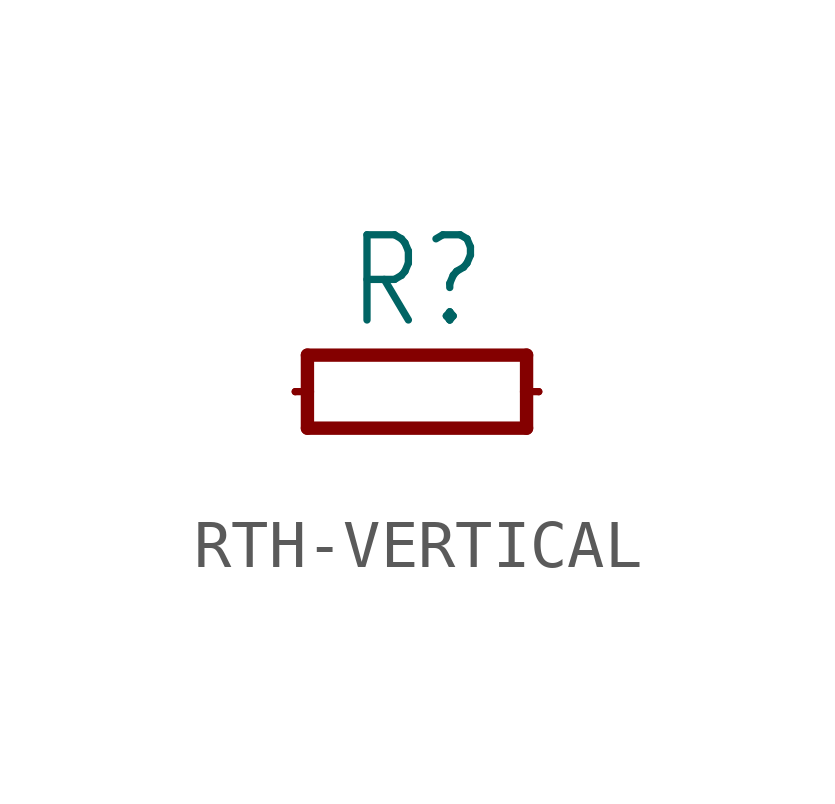
<source format=kicad_sym>
(kicad_symbol_lib
  (version 20241209)
  (generator "kicad_symbol_editor")
  (generator_version "9.0")
  (symbol "RTH-VERTICAL"
    (property "Reference" "R"
      (at 0 1.27 0)
      (effects (font (size 1.778 1.511)) (justify bottom)))
    (property "Value" ""
      (at 0 -1.27 0)
      (effects (font (size 1.778 1.511)) (justify top)))
    (property "ki_locked" ""
      (at 0 0 0)
      (effects (font (size 1.27 1.27))))
    (symbol "RTH-VERTICAL_1_0"
      (polyline (pts (xy -2.54 0) (xy -2.286 0)) (stroke (width 0.152) (type solid)) (fill (type none)))
      (polyline (pts (xy -2.286 0.762) (xy 2.286 0.762)) (stroke (width 0.279) (type solid)) (fill (type none)))
      (polyline (pts (xy -2.286 0) (xy -2.286 0.762)) (stroke (width 0.279) (type solid)) (fill (type none)))
      (polyline (pts (xy -2.286 -0.762) (xy -2.286 0)) (stroke (width 0.279) (type solid)) (fill (type none)))
      (polyline (pts (xy -2.286 -0.762) (xy 2.286 -0.762)) (stroke (width 0.279) (type solid)) (fill (type none)))
      (polyline (pts (xy 2.286 0.762) (xy 2.286 0)) (stroke (width 0.279) (type solid)) (fill (type none)))
      (polyline (pts (xy 2.286 0) (xy 2.286 -0.762)) (stroke (width 0.279) (type solid)) (fill (type none)))
      (polyline (pts (xy 2.286 0) (xy 2.54 0)) (stroke (width 0.152) (type solid)) (fill (type none)))
      (pin passive line (at -2.54 0 0) (length 0) (name "1" (effects (font (size 0 0)))) (number "1" (effects (font (size 0 0)))))
      (pin passive line (at 2.54 0 180) (length 0) (name "2" (effects (font (size 0 0)))) (number "2" (effects (font (size 0 0))))))))
</source>
